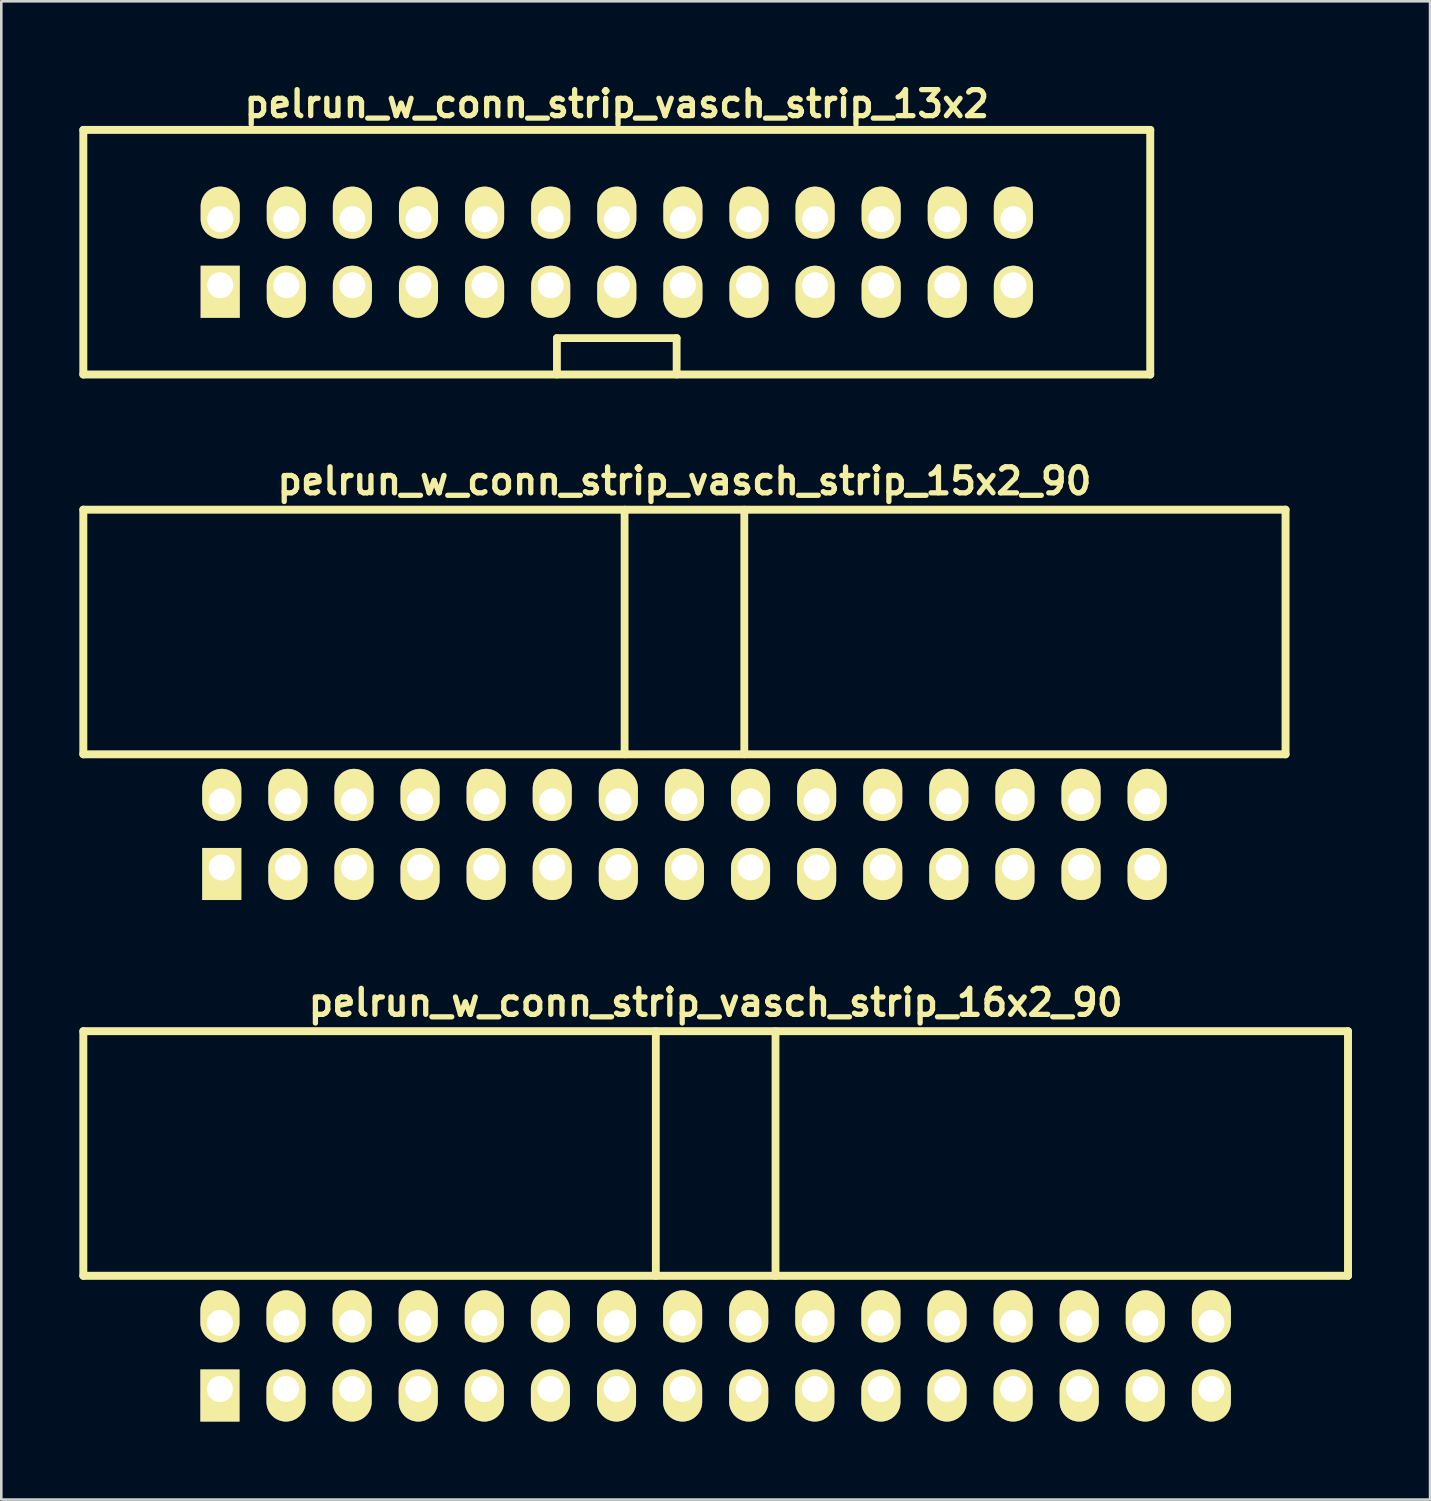
<source format=kicad_pcb>
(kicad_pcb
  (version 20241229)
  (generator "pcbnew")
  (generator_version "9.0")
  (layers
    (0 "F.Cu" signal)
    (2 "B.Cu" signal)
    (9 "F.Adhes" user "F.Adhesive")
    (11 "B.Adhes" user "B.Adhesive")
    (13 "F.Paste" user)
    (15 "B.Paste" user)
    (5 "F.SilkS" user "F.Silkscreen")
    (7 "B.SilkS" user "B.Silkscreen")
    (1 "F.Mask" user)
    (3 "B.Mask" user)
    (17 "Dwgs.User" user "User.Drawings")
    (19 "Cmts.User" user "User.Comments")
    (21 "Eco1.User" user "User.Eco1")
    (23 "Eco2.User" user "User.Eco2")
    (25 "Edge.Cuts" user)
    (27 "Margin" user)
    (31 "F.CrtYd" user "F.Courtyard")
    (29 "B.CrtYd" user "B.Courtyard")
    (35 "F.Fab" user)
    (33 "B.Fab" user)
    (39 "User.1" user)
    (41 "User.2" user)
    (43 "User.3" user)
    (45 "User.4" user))
  (footprint "pelrun_w_conn_strip_vasch_strip_16x2_90"
    (layer "F.Cu")
    (at 24.452 43.977)
    (property "Reference" "pelrun_w_conn_strip_vasch_strip_16x2_90" (at 0 -8.5 0) (layer "F.SilkS") (effects (font (size 1 1) (thickness 0.203))))
    (attr through_hole)
    (fp_line (start -24.3 -7.4) (end -24.3 2) (stroke (width 0.305) (type solid)) (layer "F.SilkS"))
    (fp_line (start -24.3 2) (end 24.3 2) (stroke (width 0.305) (type solid)) (layer "F.SilkS"))
    (fp_line (start -2.3 -7.4) (end -2.3 2) (stroke (width 0.3) (type solid)) (layer "F.SilkS"))
    (fp_line (start 2.3 -7.4) (end 2.3 2) (stroke (width 0.3) (type solid)) (layer "F.SilkS"))
    (fp_line (start 24.3 -7.4) (end -24.3 -7.4) (stroke (width 0.305) (type solid)) (layer "F.SilkS"))
    (fp_line (start 24.3 -7.4) (end 24.3 2) (stroke (width 0.305) (type solid)) (layer "F.SilkS"))
    (pad "1" thru_hole rect (at -19.05 6.35) (size 1.5 2) (drill 1 (offset 0 0.25)) (layers "*.Cu" "*.Mask" "F.SilkS"))
    (pad "2" thru_hole oval (at -19.05 3.81) (size 1.5 2) (drill 1 (offset 0 -0.25)) (layers "*.Cu" "*.Mask" "F.SilkS"))
    (pad "3" thru_hole oval (at -16.51 6.35) (size 1.5 2) (drill 1 (offset 0 0.25)) (layers "*.Cu" "*.Mask" "F.SilkS"))
    (pad "4" thru_hole oval (at -16.51 3.81) (size 1.5 2) (drill 1 (offset 0 -0.25)) (layers "*.Cu" "*.Mask" "F.SilkS"))
    (pad "5" thru_hole oval (at -13.97 6.35) (size 1.5 2) (drill 1 (offset 0 0.25)) (layers "*.Cu" "*.Mask" "F.SilkS"))
    (pad "6" thru_hole oval (at -13.97 3.81) (size 1.5 2) (drill 1 (offset 0 -0.25)) (layers "*.Cu" "*.Mask" "F.SilkS"))
    (pad "7" thru_hole oval (at -11.43 6.35) (size 1.5 2) (drill 1 (offset 0 0.25)) (layers "*.Cu" "*.Mask" "F.SilkS"))
    (pad "8" thru_hole oval (at -11.43 3.81) (size 1.5 2) (drill 1 (offset 0 -0.25)) (layers "*.Cu" "*.Mask" "F.SilkS"))
    (pad "9" thru_hole oval (at -8.89 6.35) (size 1.5 2) (drill 1 (offset 0 0.25)) (layers "*.Cu" "*.Mask" "F.SilkS"))
    (pad "10" thru_hole oval (at -8.89 3.81) (size 1.5 2) (drill 1 (offset 0 -0.25)) (layers "*.Cu" "*.Mask" "F.SilkS"))
    (pad "11" thru_hole oval (at -6.35 6.35) (size 1.5 2) (drill 1 (offset 0 0.25)) (layers "*.Cu" "*.Mask" "F.SilkS"))
    (pad "12" thru_hole oval (at -6.35 3.81) (size 1.5 2) (drill 1 (offset 0 -0.25)) (layers "*.Cu" "*.Mask" "F.SilkS"))
    (pad "13" thru_hole oval (at -3.81 6.35) (size 1.5 2) (drill 1 (offset 0 0.25)) (layers "*.Cu" "*.Mask" "F.SilkS"))
    (pad "14" thru_hole oval (at -3.81 3.81) (size 1.5 2) (drill 1 (offset 0 -0.25)) (layers "*.Cu" "*.Mask" "F.SilkS"))
    (pad "15" thru_hole oval (at -1.27 6.35) (size 1.5 2) (drill 1 (offset 0 0.25)) (layers "*.Cu" "*.Mask" "F.SilkS"))
    (pad "16" thru_hole oval (at -1.27 3.81) (size 1.5 2) (drill 1 (offset 0 -0.25)) (layers "*.Cu" "*.Mask" "F.SilkS"))
    (pad "17" thru_hole oval (at 1.27 6.35) (size 1.5 2) (drill 1 (offset 0 0.25)) (layers "*.Cu" "*.Mask" "F.SilkS"))
    (pad "18" thru_hole oval (at 1.27 3.81) (size 1.5 2) (drill 1 (offset 0 -0.25)) (layers "*.Cu" "*.Mask" "F.SilkS"))
    (pad "19" thru_hole oval (at 3.81 6.35) (size 1.5 2) (drill 1 (offset 0 0.25)) (layers "*.Cu" "*.Mask" "F.SilkS"))
    (pad "20" thru_hole oval (at 3.81 3.81) (size 1.5 2) (drill 1 (offset 0 -0.25)) (layers "*.Cu" "*.Mask" "F.SilkS"))
    (pad "21" thru_hole oval (at 6.35 6.35) (size 1.5 2) (drill 1 (offset 0 0.25)) (layers "*.Cu" "*.Mask" "F.SilkS"))
    (pad "22" thru_hole oval (at 6.35 3.81) (size 1.5 2) (drill 1 (offset 0 -0.25)) (layers "*.Cu" "*.Mask" "F.SilkS"))
    (pad "23" thru_hole oval (at 8.89 6.35) (size 1.5 2) (drill 1 (offset 0 0.25)) (layers "*.Cu" "*.Mask" "F.SilkS"))
    (pad "24" thru_hole oval (at 8.89 3.81) (size 1.5 2) (drill 1 (offset 0 -0.25)) (layers "*.Cu" "*.Mask" "F.SilkS"))
    (pad "25" thru_hole oval (at 11.43 6.35) (size 1.5 2) (drill 1 (offset 0 0.25)) (layers "*.Cu" "*.Mask" "F.SilkS"))
    (pad "26" thru_hole oval (at 11.43 3.81) (size 1.5 2) (drill 1 (offset 0 -0.25)) (layers "*.Cu" "*.Mask" "F.SilkS"))
    (pad "27" thru_hole oval (at 13.97 6.35) (size 1.5 2) (drill 1 (offset 0 0.25)) (layers "*.Cu" "*.Mask" "F.SilkS"))
    (pad "28" thru_hole oval (at 13.97 3.81) (size 1.5 2) (drill 1 (offset 0 -0.25)) (layers "*.Cu" "*.Mask" "F.SilkS"))
    (pad "29" thru_hole oval (at 16.51 6.35) (size 1.5 2) (drill 1 (offset 0 0.25)) (layers "*.Cu" "*.Mask" "F.SilkS"))
    (pad "30" thru_hole oval (at 16.51 3.81) (size 1.5 2) (drill 1 (offset 0 -0.25)) (layers "*.Cu" "*.Mask" "F.SilkS"))
    (pad "31" thru_hole oval (at 19.05 6.35) (size 1.5 2) (drill 1 (offset 0 0.25)) (layers "*.Cu" "*.Mask" "F.SilkS"))
    (pad "32" thru_hole oval (at 19.05 3.81) (size 1.5 2) (drill 1 (offset 0 -0.25)) (layers "*.Cu" "*.Mask" "F.SilkS")))
  (footprint "pelrun_w_conn_strip_vasch_strip_13x2"
    (layer "F.Cu")
    (at 20.652 6.642)
    (property "Reference" "pelrun_w_conn_strip_vasch_strip_13x2" (at 0 -5.7 0) (layer "F.SilkS") (effects (font (size 1 1) (thickness 0.203))))
    (attr through_hole)
    (fp_line (start -20.5 -4.7) (end -20.5 4.7) (stroke (width 0.305) (type solid)) (layer "F.SilkS"))
    (fp_line (start -20.5 4.7) (end 20.5 4.7) (stroke (width 0.305) (type solid)) (layer "F.SilkS"))
    (fp_line (start -2.3 3.3) (end -2.3 4.7) (stroke (width 0.3) (type solid)) (layer "F.SilkS"))
    (fp_line (start 2.3 3.3) (end -2.3 3.3) (stroke (width 0.3) (type solid)) (layer "F.SilkS"))
    (fp_line (start 2.3 4.7) (end 2.3 3.3) (stroke (width 0.3) (type solid)) (layer "F.SilkS"))
    (fp_line (start 20.5 -4.7) (end -20.5 -4.7) (stroke (width 0.305) (type solid)) (layer "F.SilkS"))
    (fp_line (start 20.5 -4.7) (end 20.5 4.7) (stroke (width 0.305) (type solid)) (layer "F.SilkS"))
    (pad "1" thru_hole rect (at -15.24 1.27) (size 1.5 2) (drill 1 (offset 0 0.25)) (layers "*.Cu" "*.Mask" "F.SilkS"))
    (pad "2" thru_hole oval (at -15.24 -1.27) (size 1.5 2) (drill 1 (offset 0 -0.25)) (layers "*.Cu" "*.Mask" "F.SilkS"))
    (pad "3" thru_hole oval (at -12.7 1.27) (size 1.5 2) (drill 1 (offset 0 0.25)) (layers "*.Cu" "*.Mask" "F.SilkS"))
    (pad "4" thru_hole oval (at -12.7 -1.27) (size 1.5 2) (drill 1 (offset 0 -0.25)) (layers "*.Cu" "*.Mask" "F.SilkS"))
    (pad "5" thru_hole oval (at -10.16 1.27) (size 1.5 2) (drill 1 (offset 0 0.25)) (layers "*.Cu" "*.Mask" "F.SilkS"))
    (pad "6" thru_hole oval (at -10.16 -1.27) (size 1.5 2) (drill 1 (offset 0 -0.25)) (layers "*.Cu" "*.Mask" "F.SilkS"))
    (pad "7" thru_hole oval (at -7.62 1.27) (size 1.5 2) (drill 1 (offset 0 0.25)) (layers "*.Cu" "*.Mask" "F.SilkS"))
    (pad "8" thru_hole oval (at -7.62 -1.27) (size 1.5 2) (drill 1 (offset 0 -0.25)) (layers "*.Cu" "*.Mask" "F.SilkS"))
    (pad "9" thru_hole oval (at -5.08 1.27) (size 1.5 2) (drill 1 (offset 0 0.25)) (layers "*.Cu" "*.Mask" "F.SilkS"))
    (pad "10" thru_hole oval (at -5.08 -1.27) (size 1.5 2) (drill 1 (offset 0 -0.25)) (layers "*.Cu" "*.Mask" "F.SilkS"))
    (pad "11" thru_hole oval (at -2.54 1.27) (size 1.5 2) (drill 1 (offset 0 0.25)) (layers "*.Cu" "*.Mask" "F.SilkS"))
    (pad "12" thru_hole oval (at -2.54 -1.27) (size 1.5 2) (drill 1 (offset 0 -0.25)) (layers "*.Cu" "*.Mask" "F.SilkS"))
    (pad "13" thru_hole oval (at 0 1.27) (size 1.5 2) (drill 1 (offset 0 0.25)) (layers "*.Cu" "*.Mask" "F.SilkS"))
    (pad "14" thru_hole oval (at 0 -1.27) (size 1.5 2) (drill 1 (offset 0 -0.25)) (layers "*.Cu" "*.Mask" "F.SilkS"))
    (pad "15" thru_hole oval (at 2.54 1.27) (size 1.5 2) (drill 1 (offset 0 0.25)) (layers "*.Cu" "*.Mask" "F.SilkS"))
    (pad "16" thru_hole oval (at 2.54 -1.27) (size 1.5 2) (drill 1 (offset 0 -0.25)) (layers "*.Cu" "*.Mask" "F.SilkS"))
    (pad "17" thru_hole oval (at 5.08 1.27) (size 1.5 2) (drill 1 (offset 0 0.25)) (layers "*.Cu" "*.Mask" "F.SilkS"))
    (pad "18" thru_hole oval (at 5.08 -1.27) (size 1.5 2) (drill 1 (offset 0 -0.25)) (layers "*.Cu" "*.Mask" "F.SilkS"))
    (pad "19" thru_hole oval (at 7.62 1.27) (size 1.5 2) (drill 1 (offset 0 0.25)) (layers "*.Cu" "*.Mask" "F.SilkS"))
    (pad "20" thru_hole oval (at 7.62 -1.27) (size 1.5 2) (drill 1 (offset 0 -0.25)) (layers "*.Cu" "*.Mask" "F.SilkS"))
    (pad "21" thru_hole oval (at 10.16 1.27) (size 1.5 2) (drill 1 (offset 0 0.25)) (layers "*.Cu" "*.Mask" "F.SilkS"))
    (pad "22" thru_hole oval (at 10.16 -1.27) (size 1.5 2) (drill 1 (offset 0 -0.25)) (layers "*.Cu" "*.Mask" "F.SilkS"))
    (pad "23" thru_hole oval (at 12.7 1.27) (size 1.5 2) (drill 1 (offset 0 0.25)) (layers "*.Cu" "*.Mask" "F.SilkS"))
    (pad "24" thru_hole oval (at 12.7 -1.27) (size 1.5 2) (drill 1 (offset 0 -0.25)) (layers "*.Cu" "*.Mask" "F.SilkS"))
    (pad "25" thru_hole oval (at 15.24 1.27) (size 1.5 2) (drill 1 (offset 0 0.25)) (layers "*.Cu" "*.Mask" "F.SilkS"))
    (pad "26" thru_hole oval (at 15.24 -1.27) (size 1.5 2) (drill 1 (offset 0 -0.25)) (layers "*.Cu" "*.Mask" "F.SilkS")))
  (footprint "pelrun_w_conn_strip_vasch_strip_15x2_90"
    (layer "F.Cu")
    (at 23.252 23.936)
    (property "Reference" "pelrun_w_conn_strip_vasch_strip_15x2_90" (at 0 -8.5 0) (layer "F.SilkS") (effects (font (size 1 1) (thickness 0.203))))
    (attr through_hole)
    (fp_line (start -23.1 -7.4) (end -23.1 2) (stroke (width 0.305) (type solid)) (layer "F.SilkS"))
    (fp_line (start -23.1 2) (end 23.1 2) (stroke (width 0.305) (type solid)) (layer "F.SilkS"))
    (fp_line (start -2.3 -7.4) (end -2.3 2) (stroke (width 0.3) (type solid)) (layer "F.SilkS"))
    (fp_line (start 2.3 -7.4) (end 2.3 2) (stroke (width 0.3) (type solid)) (layer "F.SilkS"))
    (fp_line (start 23.1 -7.4) (end -23.1 -7.4) (stroke (width 0.305) (type solid)) (layer "F.SilkS"))
    (fp_line (start 23.1 -7.4) (end 23.1 2) (stroke (width 0.305) (type solid)) (layer "F.SilkS"))
    (pad "1" thru_hole rect (at -17.78 6.35) (size 1.5 2) (drill 1 (offset 0 0.25)) (layers "*.Cu" "*.Mask" "F.SilkS"))
    (pad "2" thru_hole oval (at -17.78 3.81) (size 1.5 2) (drill 1 (offset 0 -0.25)) (layers "*.Cu" "*.Mask" "F.SilkS"))
    (pad "3" thru_hole oval (at -15.24 6.35) (size 1.5 2) (drill 1 (offset 0 0.25)) (layers "*.Cu" "*.Mask" "F.SilkS"))
    (pad "4" thru_hole oval (at -15.24 3.81) (size 1.5 2) (drill 1 (offset 0 -0.25)) (layers "*.Cu" "*.Mask" "F.SilkS"))
    (pad "5" thru_hole oval (at -12.7 6.35) (size 1.5 2) (drill 1 (offset 0 0.25)) (layers "*.Cu" "*.Mask" "F.SilkS"))
    (pad "6" thru_hole oval (at -12.7 3.81) (size 1.5 2) (drill 1 (offset 0 -0.25)) (layers "*.Cu" "*.Mask" "F.SilkS"))
    (pad "7" thru_hole oval (at -10.16 6.35) (size 1.5 2) (drill 1 (offset 0 0.25)) (layers "*.Cu" "*.Mask" "F.SilkS"))
    (pad "8" thru_hole oval (at -10.16 3.81) (size 1.5 2) (drill 1 (offset 0 -0.25)) (layers "*.Cu" "*.Mask" "F.SilkS"))
    (pad "9" thru_hole oval (at -7.62 6.35) (size 1.5 2) (drill 1 (offset 0 0.25)) (layers "*.Cu" "*.Mask" "F.SilkS"))
    (pad "10" thru_hole oval (at -7.62 3.81) (size 1.5 2) (drill 1 (offset 0 -0.25)) (layers "*.Cu" "*.Mask" "F.SilkS"))
    (pad "11" thru_hole oval (at -5.08 6.35) (size 1.5 2) (drill 1 (offset 0 0.25)) (layers "*.Cu" "*.Mask" "F.SilkS"))
    (pad "12" thru_hole oval (at -5.08 3.81) (size 1.5 2) (drill 1 (offset 0 -0.25)) (layers "*.Cu" "*.Mask" "F.SilkS"))
    (pad "13" thru_hole oval (at -2.54 6.35) (size 1.5 2) (drill 1 (offset 0 0.25)) (layers "*.Cu" "*.Mask" "F.SilkS"))
    (pad "14" thru_hole oval (at -2.54 3.81) (size 1.5 2) (drill 1 (offset 0 -0.25)) (layers "*.Cu" "*.Mask" "F.SilkS"))
    (pad "15" thru_hole oval (at 0 6.35) (size 1.5 2) (drill 1 (offset 0 0.25)) (layers "*.Cu" "*.Mask" "F.SilkS"))
    (pad "16" thru_hole oval (at 0 3.81) (size 1.5 2) (drill 1 (offset 0 -0.25)) (layers "*.Cu" "*.Mask" "F.SilkS"))
    (pad "17" thru_hole oval (at 2.54 6.35) (size 1.5 2) (drill 1 (offset 0 0.25)) (layers "*.Cu" "*.Mask" "F.SilkS"))
    (pad "18" thru_hole oval (at 2.54 3.81) (size 1.5 2) (drill 1 (offset 0 -0.25)) (layers "*.Cu" "*.Mask" "F.SilkS"))
    (pad "19" thru_hole oval (at 5.08 6.35) (size 1.5 2) (drill 1 (offset 0 0.25)) (layers "*.Cu" "*.Mask" "F.SilkS"))
    (pad "20" thru_hole oval (at 5.08 3.81) (size 1.5 2) (drill 1 (offset 0 -0.25)) (layers "*.Cu" "*.Mask" "F.SilkS"))
    (pad "21" thru_hole oval (at 7.62 6.35) (size 1.5 2) (drill 1 (offset 0 0.25)) (layers "*.Cu" "*.Mask" "F.SilkS"))
    (pad "22" thru_hole oval (at 7.62 3.81) (size 1.5 2) (drill 1 (offset 0 -0.25)) (layers "*.Cu" "*.Mask" "F.SilkS"))
    (pad "23" thru_hole oval (at 10.16 6.35) (size 1.5 2) (drill 1 (offset 0 0.25)) (layers "*.Cu" "*.Mask" "F.SilkS"))
    (pad "24" thru_hole oval (at 10.16 3.81) (size 1.5 2) (drill 1 (offset 0 -0.25)) (layers "*.Cu" "*.Mask" "F.SilkS"))
    (pad "25" thru_hole oval (at 12.7 6.35) (size 1.5 2) (drill 1 (offset 0 0.25)) (layers "*.Cu" "*.Mask" "F.SilkS"))
    (pad "26" thru_hole oval (at 12.7 3.81) (size 1.5 2) (drill 1 (offset 0 -0.25)) (layers "*.Cu" "*.Mask" "F.SilkS"))
    (pad "27" thru_hole oval (at 15.24 6.35) (size 1.5 2) (drill 1 (offset 0 0.25)) (layers "*.Cu" "*.Mask" "F.SilkS"))
    (pad "28" thru_hole oval (at 15.24 3.81) (size 1.5 2) (drill 1 (offset 0 -0.25)) (layers "*.Cu" "*.Mask" "F.SilkS"))
    (pad "29" thru_hole oval (at 17.78 6.35) (size 1.5 2) (drill 1 (offset 0 0.25)) (layers "*.Cu" "*.Mask" "F.SilkS"))
    (pad "30" thru_hole oval (at 17.78 3.81) (size 1.5 2) (drill 1 (offset 0 -0.25)) (layers "*.Cu" "*.Mask" "F.SilkS")))
  (gr_rect
    (start -3 -3)
    (end 51.905 54.577)
    (stroke (width 0.1) (type default))
    (fill no)
    (layer "Edge.Cuts")))
</source>
